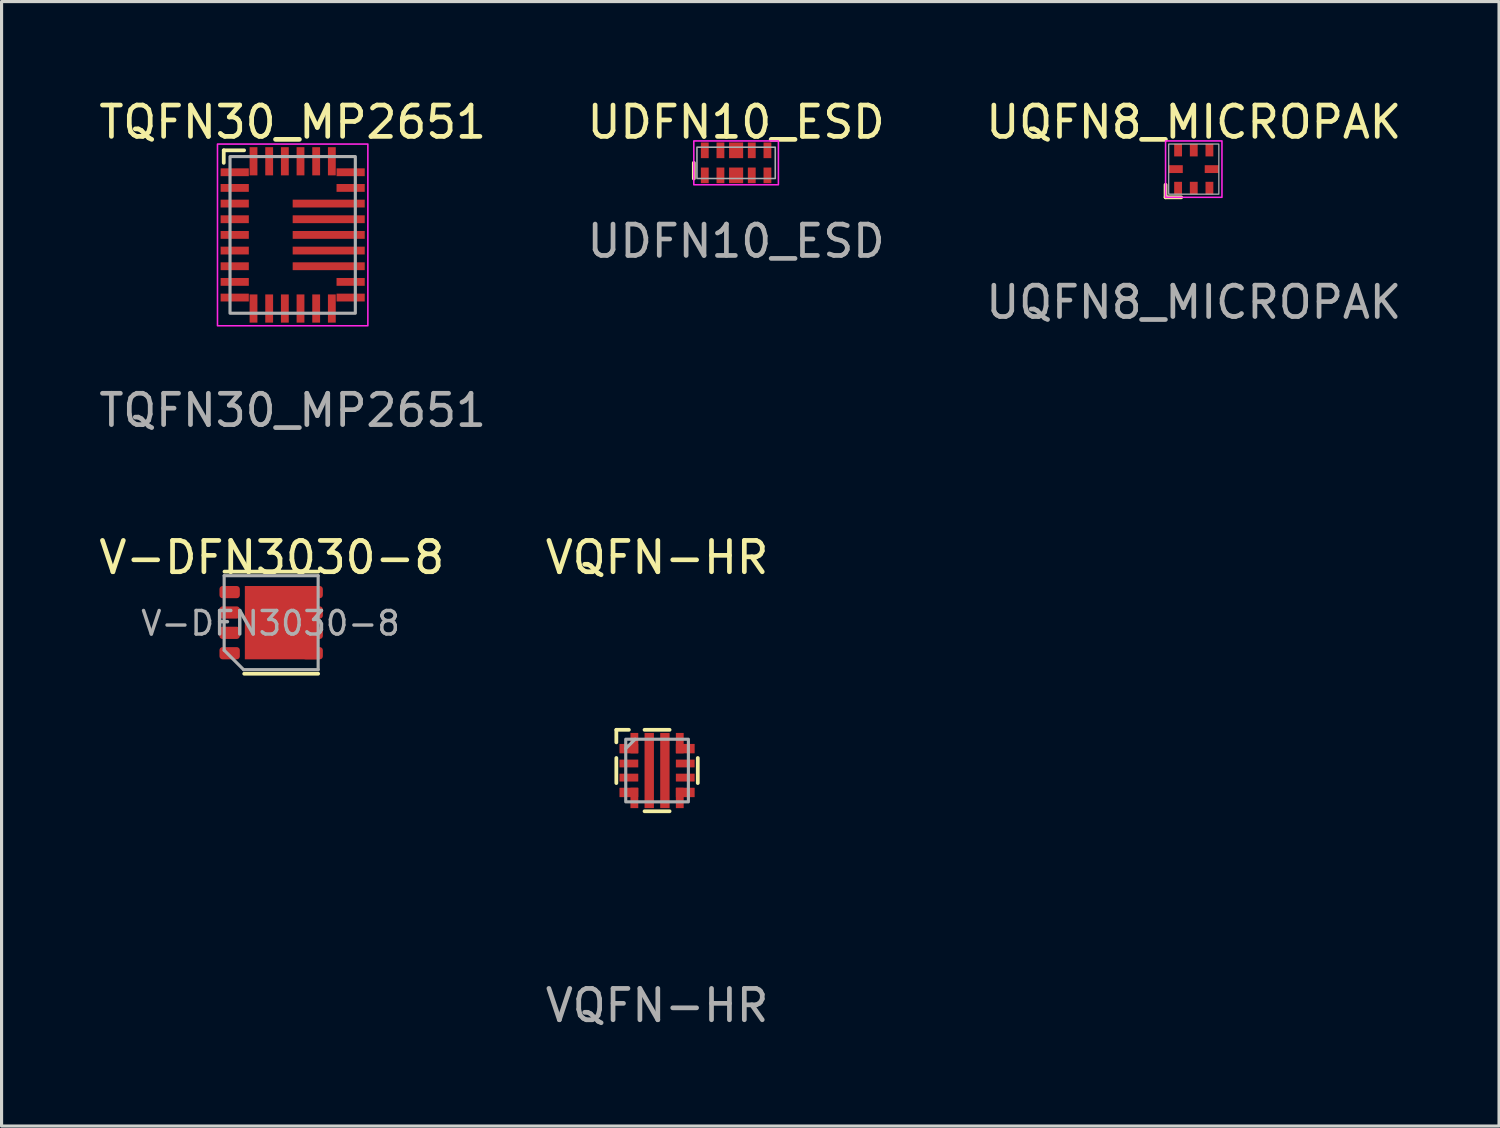
<source format=kicad_pcb>
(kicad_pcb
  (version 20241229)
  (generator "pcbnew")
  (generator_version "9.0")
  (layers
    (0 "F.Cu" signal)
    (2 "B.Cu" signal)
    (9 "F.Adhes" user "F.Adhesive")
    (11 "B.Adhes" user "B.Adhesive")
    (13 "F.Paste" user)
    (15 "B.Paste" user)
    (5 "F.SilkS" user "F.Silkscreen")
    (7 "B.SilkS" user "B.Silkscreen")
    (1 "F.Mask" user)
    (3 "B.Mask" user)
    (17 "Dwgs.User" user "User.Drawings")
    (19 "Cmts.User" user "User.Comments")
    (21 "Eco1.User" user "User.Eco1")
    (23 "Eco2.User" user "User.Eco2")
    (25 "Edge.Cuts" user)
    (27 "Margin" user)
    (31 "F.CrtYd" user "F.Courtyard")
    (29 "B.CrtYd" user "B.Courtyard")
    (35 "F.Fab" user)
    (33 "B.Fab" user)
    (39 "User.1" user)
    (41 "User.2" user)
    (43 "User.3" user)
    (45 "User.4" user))
  (footprint "V-DFN3030-8"
    (layer "F.Cu")
    (at 5.605 16.825)
    (property "Reference" "V-DFN3030-8" (at 0.02 -2.08 0) (unlocked yes) (layer "F.SilkS") (effects (font (size 1 1) (thickness 0.15))))
    (attr smd)
    (fp_line (start -1.49 -1.63) (end 1.51 -1.63) (stroke (width 0.12) (type solid)) (layer "F.SilkS"))
    (fp_line (start -0.86 1.63) (end 1.5 1.63) (stroke (width 0.12) (type solid)) (layer "F.SilkS"))
    (fp_rect (start -1.75 -1.75) (end 1.75 1.75) (stroke (width 0.05) (type default)) (fill no) (layer "Margin"))
    (fp_line (start -1.5 -1.5) (end 1.5 -1.5) (stroke (width 0.1) (type solid)) (layer "F.Fab"))
    (fp_line (start -1.5 0.88) (end -1.5 -1.5) (stroke (width 0.1) (type solid)) (layer "F.Fab"))
    (fp_line (start -0.88 1.5) (end -1.5 0.88) (stroke (width 0.1) (type solid)) (layer "F.Fab"))
    (fp_line (start 1.5 -1.5) (end 1.5 1.5) (stroke (width 0.1) (type solid)) (layer "F.Fab"))
    (fp_line (start 1.5 1.5) (end -0.88 1.5) (stroke (width 0.1) (type solid)) (layer "F.Fab"))
    (fp_text user "${REFERENCE}" (at -0.02 0.02 0) (layer "F.Fab") (effects (font (size 0.75 0.75) (thickness 0.11))))
    (pad "" smd roundrect (at -0.35 -0.55) (size 0.6 0.8) (layers "F.Paste") (roundrect_rratio 0.25))
    (pad "" smd roundrect (at -0.35 0.55) (size 0.6 0.8) (layers "F.Paste") (roundrect_rratio 0.25))
    (pad "" smd roundrect (at 0.45 -0.55) (size 0.6 0.8) (layers "F.Paste") (roundrect_rratio 0.25))
    (pad "" smd roundrect (at 0.45 0.55) (size 0.6 0.8) (layers "F.Paste") (roundrect_rratio 0.25))
    (pad "1" smd roundrect (at -1.325 0.975) (size 0.65 0.39) (layers "F.Cu" "F.Mask" "F.Paste") (roundrect_rratio 0.25))
    (pad "2" smd roundrect (at -1.325 -0.975) (size 0.65 0.39) (layers "F.Cu" "F.Mask" "F.Paste") (roundrect_rratio 0.25))
    (pad "2" smd roundrect (at -1.325 -0.325) (size 0.65 0.39) (layers "F.Cu" "F.Mask" "F.Paste") (roundrect_rratio 0.25))
    (pad "2" smd roundrect (at -1.325 0.325) (size 0.65 0.39) (layers "F.Cu" "F.Mask" "F.Paste") (roundrect_rratio 0.25))
    (pad "3" smd rect (at 0.33 0) (size 2.34 2.34) (layers "F.Cu" "F.Mask"))
    (pad "3" smd roundrect (at 1.325 -0.975) (size 0.65 0.39) (layers "F.Cu" "F.Mask" "F.Paste") (roundrect_rratio 0.25))
    (pad "3" smd roundrect (at 1.325 -0.325) (size 0.65 0.39) (layers "F.Cu" "F.Mask" "F.Paste") (roundrect_rratio 0.25))
    (pad "3" smd roundrect (at 1.325 0.325) (size 0.65 0.39) (layers "F.Cu" "F.Mask" "F.Paste") (roundrect_rratio 0.25))
    (pad "3" smd roundrect (at 1.325 0.975) (size 0.65 0.39) (layers "F.Cu" "F.Mask" "F.Paste") (roundrect_rratio 0.25)))
  (footprint "VQFN-HR"
    (layer "F.Cu")
    (at 17.923 21.545)
    (property "Reference" "VQFN-HR" (at 0 -6.8 0) (unlocked yes) (layer "F.SilkS") (effects (font (size 1 1) (thickness 0.15))))
    (attr smd)
    (fp_line (start -1.3 -1.3) (end -1.3 -0.9) (stroke (width 0.12) (type default)) (layer "F.SilkS"))
    (fp_line (start -1.3 -0.4) (end -1.3 0.4) (stroke (width 0.12) (type default)) (layer "F.SilkS"))
    (fp_line (start -0.9 -1.3) (end -1.3 -1.3) (stroke (width 0.12) (type default)) (layer "F.SilkS"))
    (fp_line (start -0.4 -1.3) (end 0.4 -1.3) (stroke (width 0.12) (type default)) (layer "F.SilkS"))
    (fp_line (start -0.4 1.3) (end 0.4 1.3) (stroke (width 0.12) (type default)) (layer "F.SilkS"))
    (fp_line (start 1.3 -0.4) (end 1.3 0.4) (stroke (width 0.12) (type default)) (layer "F.SilkS"))
    (fp_rect (start -1.5 -1.5) (end 1.5 1.5) (stroke (width 0.12) (type default)) (fill no) (layer "Margin"))
    (fp_line (start -0.7 -1) (end -1 -0.7) (stroke (width 0.1) (type default)) (layer "F.Fab"))
    (fp_rect (start -1 -1) (end 1 1) (stroke (width 0.1) (type default)) (fill no) (layer "F.Fab"))
    (fp_text user "${REFERENCE}" (at 0 7.5 0) (unlocked yes) (layer "F.Fab") (effects (font (size 1 1) (thickness 0.15))))
    (pad "1" smd roundrect (at -0.9 -0.7) (size 0.6 0.3) (layers "F.Cu" "F.Mask" "F.Paste") (roundrect_rratio 0.033))
    (pad "1" smd roundrect (at -0.725 -0.875) (size 0.25 0.65) (layers "F.Cu" "F.Mask" "F.Paste") (roundrect_rratio 0.033))
    (pad "2" smd roundrect (at -0.9 -0.225) (size 0.6 0.25) (layers "F.Cu" "F.Mask" "F.Paste") (roundrect_rratio 0.033))
    (pad "3" smd roundrect (at -0.9 0.225) (size 0.6 0.25) (layers "F.Cu" "F.Mask" "F.Paste") (roundrect_rratio 0.033))
    (pad "4" smd roundrect (at -0.9 0.7) (size 0.6 0.3) (layers "F.Cu" "F.Mask" "F.Paste") (roundrect_rratio 0.033))
    (pad "4" smd roundrect (at -0.725 0.875) (size 0.25 0.65) (layers "F.Cu" "F.Mask" "F.Paste") (roundrect_rratio 0.033))
    (pad "5" smd roundrect (at -0.25 0) (size 0.3 2.4) (layers "F.Cu" "F.Mask" "F.Paste") (roundrect_rratio 0.033))
    (pad "6" smd roundrect (at 0.25 0) (size 0.3 2.4) (layers "F.Cu" "F.Mask" "F.Paste") (roundrect_rratio 0.033))
    (pad "7" smd roundrect (at 0.725 0.875) (size 0.25 0.65) (layers "F.Cu" "F.Mask" "F.Paste") (roundrect_rratio 0.033))
    (pad "7" smd roundrect (at 0.9 0.7) (size 0.6 0.3) (layers "F.Cu" "F.Mask" "F.Paste") (roundrect_rratio 0.033))
    (pad "8" smd roundrect (at 0.9 0.225) (size 0.6 0.25) (layers "F.Cu" "F.Mask" "F.Paste") (roundrect_rratio 0.033))
    (pad "9" smd roundrect (at 0.9 -0.225) (size 0.6 0.25) (layers "F.Cu" "F.Mask" "F.Paste") (roundrect_rratio 0.033))
    (pad "10" smd roundrect (at 0.725 -0.875) (size 0.25 0.65) (layers "F.Cu" "F.Mask" "F.Paste") (roundrect_rratio 0.033))
    (pad "10" smd roundrect (at 0.9 -0.7) (size 0.6 0.3) (layers "F.Cu" "F.Mask" "F.Paste") (roundrect_rratio 0.033)))
  (footprint "UQFN8_MICROPAK"
    (layer "F.Cu")
    (at 35.054 2.348)
    (property "Reference" "UQFN8_MICROPAK" (at 0 -1.5 0) (unlocked yes) (layer "F.SilkS") (effects (font (size 1 1) (thickness 0.15))))
    (attr smd)
    (fp_line (start -0.9 0.5) (end -0.9 0.9) (stroke (width 0.12) (type default)) (layer "F.SilkS"))
    (fp_line (start -0.9 0.9) (end -0.4 0.9) (stroke (width 0.12) (type default)) (layer "F.SilkS"))
    (fp_rect (start -0.9 0.9) (end 0.9 -0.9) (stroke (width 0.05) (type default)) (fill no) (layer "F.CrtYd"))
    (fp_rect (start -0.8 -0.8) (end 0.8 0.8) (stroke (width 0.04) (type default)) (fill no) (layer "F.Fab"))
    (fp_text user "${REFERENCE}" (at 0 4.25 0) (unlocked yes) (layer "F.Fab") (effects (font (size 1 1) (thickness 0.15))))
    (pad "1" smd rect (at -0.5 0.605 90) (size 0.4 0.25) (layers "F.Cu" "F.Mask" "F.Paste"))
    (pad "2" smd rect (at 0 0.605 90) (size 0.4 0.25) (layers "F.Cu" "F.Mask" "F.Paste"))
    (pad "3" smd rect (at 0.5 0.605 90) (size 0.4 0.25) (layers "F.Cu" "F.Mask" "F.Paste"))
    (pad "4" smd rect (at 0.575 0 180) (size 0.45 0.25) (layers "F.Cu" "F.Mask" "F.Paste"))
    (pad "5" smd rect (at 0.5 -0.605 270) (size 0.4 0.25) (layers "F.Cu" "F.Mask" "F.Paste"))
    (pad "6" smd rect (at 0 -0.605 90) (size 0.4 0.25) (layers "F.Cu" "F.Mask" "F.Paste"))
    (pad "7" smd rect (at -0.5 -0.605 90) (size 0.4 0.25) (layers "F.Cu" "F.Mask" "F.Paste"))
    (pad "8" smd rect (at -0.575 0 180) (size 0.45 0.25) (layers "F.Cu" "F.Mask" "F.Paste")))
  (footprint "UDFN10_ESD"
    (layer "F.Cu")
    (at 20.446 2.148)
    (property "Reference" "UDFN10_ESD" (at 0 -1.3 0) (unlocked yes) (layer "F.SilkS") (effects (font (size 1 1) (thickness 0.15))))
    (attr smd)
    (fp_line (start -1.35 0) (end -1.35 0.5) (stroke (width 0.12) (type default)) (layer "F.SilkS"))
    (fp_rect (start -1.35 -0.7) (end 1.35 0.7) (stroke (width 0.05) (type default)) (fill no) (layer "F.CrtYd"))
    (fp_rect (start -1.25 -0.5) (end 1.25 0.5) (stroke (width 0.05) (type default)) (fill no) (layer "F.Fab"))
    (fp_text user "${REFERENCE}" (at 0 2.5 0) (unlocked yes) (layer "F.Fab") (effects (font (size 1 1) (thickness 0.15))))
    (pad "1" smd rect (at -1 0.4 180) (size 0.25 0.5) (layers "F.Cu" "F.Mask" "F.Paste"))
    (pad "2" smd rect (at -0.5 0.4 180) (size 0.25 0.5) (layers "F.Cu" "F.Mask" "F.Paste"))
    (pad "3" smd rect (at 0 0.4 180) (size 0.45 0.5) (layers "F.Cu" "F.Mask" "F.Paste"))
    (pad "4" smd rect (at 0.5 0.4 180) (size 0.25 0.5) (layers "F.Cu" "F.Mask" "F.Paste"))
    (pad "5" smd rect (at 1 0.4 180) (size 0.25 0.5) (layers "F.Cu" "F.Mask" "F.Paste"))
    (pad "6" smd rect (at 1 -0.4 180) (size 0.25 0.5) (layers "F.Cu" "F.Mask" "F.Paste"))
    (pad "7" smd rect (at 0.5 -0.4 180) (size 0.25 0.5) (layers "F.Cu" "F.Mask" "F.Paste"))
    (pad "8" smd rect (at 0 -0.4 180) (size 0.45 0.5) (layers "F.Cu" "F.Mask" "F.Paste"))
    (pad "9" smd rect (at -0.5 -0.4 180) (size 0.25 0.5) (layers "F.Cu" "F.Mask" "F.Paste"))
    (pad "10" smd rect (at -1 -0.4 180) (size 0.25 0.5) (layers "F.Cu" "F.Mask" "F.Paste")))
  (footprint "TQFN30_MP2651"
    (layer "F.Cu")
    (at 6.292 4.448)
    (property "Reference" "TQFN30_MP2651" (at 0 -3.6 0) (unlocked yes) (layer "F.SilkS") (effects (font (size 1 1) (thickness 0.15))))
    (attr smd)
    (fp_line (start -2.2 -2.7) (end -2.2 -2.3) (stroke (width 0.12) (type default)) (layer "F.SilkS"))
    (fp_line (start -1.55 -2.7) (end -2.2 -2.7) (stroke (width 0.12) (type default)) (layer "F.SilkS"))
    (fp_rect (start -2.4 -2.9) (end 2.4 2.9) (stroke (width 0.05) (type default)) (fill no) (layer "F.CrtYd"))
    (fp_rect (start -2 -2.5) (end 2 2.5) (stroke (width 0.1) (type default)) (fill no) (layer "F.Fab"))
    (fp_text user "${REFERENCE}" (at 0 5.6 0) (unlocked yes) (layer "F.Fab") (effects (font (size 1 1) (thickness 0.15))))
    (pad "1" smd rect (at -1.85 -2 180) (size 0.9 0.25) (layers "F.Cu" "F.Mask" "F.Paste"))
    (pad "2" smd rect (at -1.85 -1.5 180) (size 0.9 0.25) (layers "F.Cu" "F.Mask" "F.Paste"))
    (pad "3" smd rect (at -1.85 -1 180) (size 0.9 0.25) (layers "F.Cu" "F.Mask" "F.Paste"))
    (pad "4" smd rect (at -1.85 -0.5 180) (size 0.9 0.25) (layers "F.Cu" "F.Mask" "F.Paste"))
    (pad "5" smd rect (at -1.85 0 180) (size 0.9 0.25) (layers "F.Cu" "F.Mask" "F.Paste"))
    (pad "6" smd rect (at -1.85 0.5 180) (size 0.9 0.25) (layers "F.Cu" "F.Mask" "F.Paste"))
    (pad "7" smd rect (at -1.85 1 180) (size 0.9 0.25) (layers "F.Cu" "F.Mask" "F.Paste"))
    (pad "8" smd rect (at -1.85 1.5 180) (size 0.9 0.25) (layers "F.Cu" "F.Mask" "F.Paste"))
    (pad "9" smd rect (at -1.85 2 180) (size 0.9 0.25) (layers "F.Cu" "F.Mask" "F.Paste"))
    (pad "10" smd rect (at -1.25 2.35 180) (size 0.25 0.9) (layers "F.Cu" "F.Mask" "F.Paste"))
    (pad "11" smd rect (at -0.75 2.35 180) (size 0.25 0.9) (layers "F.Cu" "F.Mask" "F.Paste"))
    (pad "12" smd rect (at -0.25 2.35 180) (size 0.25 0.9) (layers "F.Cu" "F.Mask" "F.Paste"))
    (pad "13" smd rect (at 0.25 2.35 180) (size 0.25 0.9) (layers "F.Cu" "F.Mask" "F.Paste"))
    (pad "14" smd rect (at 0.75 2.35 180) (size 0.25 0.9) (layers "F.Cu" "F.Mask" "F.Paste"))
    (pad "15" smd rect (at 1.25 2.35 180) (size 0.25 0.9) (layers "F.Cu" "F.Mask" "F.Paste"))
    (pad "16" smd rect (at 1.85 2 180) (size 0.9 0.25) (layers "F.Cu" "F.Mask" "F.Paste"))
    (pad "17" smd rect (at 1.85 1.5 180) (size 0.9 0.25) (layers "F.Cu" "F.Mask" "F.Paste"))
    (pad "18" smd rect (at 1.15 1 180) (size 2.3 0.25) (layers "F.Cu" "F.Mask" "F.Paste"))
    (pad "19" smd rect (at 1.15 0.5 180) (size 2.3 0.25) (layers "F.Cu" "F.Mask" "F.Paste"))
    (pad "20" smd rect (at 1.15 0 180) (size 2.3 0.25) (layers "F.Cu" "F.Mask" "F.Paste"))
    (pad "21" smd rect (at 1.15 -0.5 180) (size 2.3 0.25) (layers "F.Cu" "F.Mask" "F.Paste"))
    (pad "22" smd rect (at 1.15 -1 180) (size 2.3 0.25) (layers "F.Cu" "F.Mask" "F.Paste"))
    (pad "23" smd rect (at 1.85 -1.5 180) (size 0.9 0.25) (layers "F.Cu" "F.Mask" "F.Paste"))
    (pad "24" smd rect (at 1.85 -2 180) (size 0.9 0.25) (layers "F.Cu" "F.Mask" "F.Paste"))
    (pad "25" smd rect (at 1.25 -2.35 180) (size 0.25 0.9) (layers "F.Cu" "F.Mask" "F.Paste"))
    (pad "26" smd rect (at 0.75 -2.35 180) (size 0.25 0.9) (layers "F.Cu" "F.Mask" "F.Paste"))
    (pad "27" smd rect (at 0.25 -2.35 180) (size 0.25 0.9) (layers "F.Cu" "F.Mask" "F.Paste"))
    (pad "28" smd rect (at -0.25 -2.35 180) (size 0.25 0.9) (layers "F.Cu" "F.Mask" "F.Paste"))
    (pad "29" smd rect (at -0.75 -2.35 180) (size 0.25 0.9) (layers "F.Cu" "F.Mask" "F.Paste"))
    (pad "30" smd rect (at -1.25 -2.35 180) (size 0.25 0.9) (layers "F.Cu" "F.Mask" "F.Paste")))
  (gr_rect
    (start -3 -3)
    (end 44.798 32.893)
    (stroke (width 0.1) (type default))
    (fill no)
    (layer "Edge.Cuts")))
</source>
